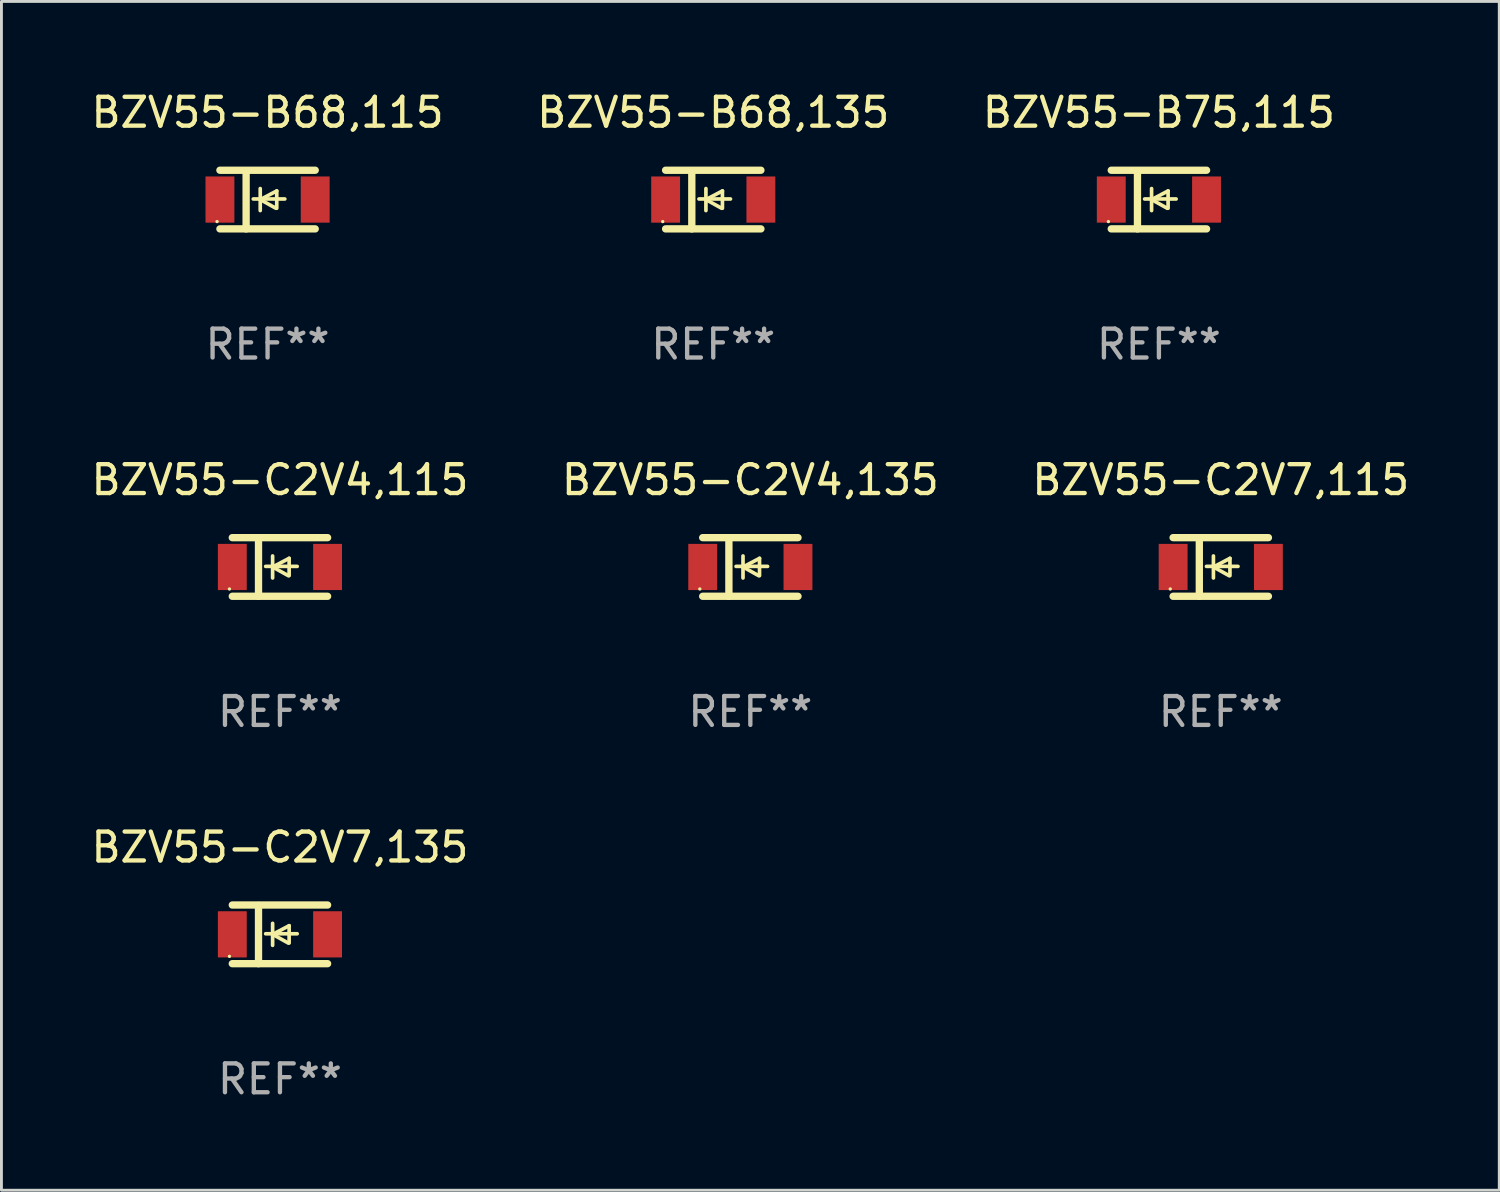
<source format=kicad_pcb>
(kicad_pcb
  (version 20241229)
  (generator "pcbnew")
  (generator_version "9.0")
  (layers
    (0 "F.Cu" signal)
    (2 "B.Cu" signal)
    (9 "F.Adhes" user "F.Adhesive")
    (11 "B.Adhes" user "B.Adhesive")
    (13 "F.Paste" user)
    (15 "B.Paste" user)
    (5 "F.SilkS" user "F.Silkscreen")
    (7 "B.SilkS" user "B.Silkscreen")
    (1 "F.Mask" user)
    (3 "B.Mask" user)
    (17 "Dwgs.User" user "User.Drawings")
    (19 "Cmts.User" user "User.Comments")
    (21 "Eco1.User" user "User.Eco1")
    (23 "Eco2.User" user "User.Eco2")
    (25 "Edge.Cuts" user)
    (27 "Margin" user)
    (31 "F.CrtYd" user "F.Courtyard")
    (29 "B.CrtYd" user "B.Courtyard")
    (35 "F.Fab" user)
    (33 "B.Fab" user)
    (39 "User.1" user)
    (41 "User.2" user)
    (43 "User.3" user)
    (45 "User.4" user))
  (footprint "BZV55-B75,115"
    (layer "F.Cu")
    (at 37.101 3.864)
    (property "Reference" "BZV55-B75,115" (at 0 -3.016 0) (layer "F.SilkS") (effects (font (size 1 1) (thickness 0.15))))
    (attr through_hole)
    (fp_line (start -1.651 -1.016) (end 1.651 -1.016) (stroke (width 0.254) (type solid)) (layer "F.SilkS"))
    (fp_line (start -1.651 1.016) (end 1.651 1.016) (stroke (width 0.254) (type solid)) (layer "F.SilkS"))
    (fp_line (start -0.743 -1) (end -0.743 1.016) (stroke (width 0.254) (type solid)) (layer "F.SilkS"))
    (fp_line (start -0.495 -0.02) (end 0.597 -0.02) (stroke (width 0.127) (type solid)) (layer "F.SilkS"))
    (fp_line (start -0.254 0) (end -0.254 -0.381) (stroke (width 0.127) (type solid)) (layer "F.SilkS"))
    (fp_line (start -0.254 0) (end -0.254 0.381) (stroke (width 0.127) (type solid)) (layer "F.SilkS"))
    (fp_line (start 0.288 0.301) (end -0.254 0) (stroke (width 0.127) (type solid)) (layer "F.SilkS"))
    (fp_line (start 0.318 -0.299) (end -0.254 0) (stroke (width 0.127) (type solid)) (layer "F.SilkS"))
    (fp_line (start 0.318 -0.299) (end 0.318 0.301) (stroke (width 0.127) (type solid)) (layer "F.SilkS"))
    (fp_circle (center -1.75 0.763) (end -1.72 0.763) (stroke (width 0.06) (type solid)) (fill no) (layer "F.SilkS"))
    (fp_text user "REF**" (at 0 5.016 0) (layer "F.Fab") (effects (font (size 1 1) (thickness 0.15))))
    (pad "1" smd rect (at -1.65 0 90) (size 1.6 1) (layers "F.Cu" "F.Mask" "F.Paste"))
    (pad "2" smd rect (at 1.65 0 90) (size 1.6 1) (layers "F.Cu" "F.Mask" "F.Paste")))
  (footprint "BZV55-C2V4,135"
    (layer "F.Cu")
    (at 22.946 16.593)
    (property "Reference" "BZV55-C2V4,135" (at 0 -3.016 0) (layer "F.SilkS") (effects (font (size 1 1) (thickness 0.15))))
    (attr through_hole)
    (fp_line (start -1.651 -1.016) (end 1.651 -1.016) (stroke (width 0.254) (type solid)) (layer "F.SilkS"))
    (fp_line (start -1.651 1.016) (end 1.651 1.016) (stroke (width 0.254) (type solid)) (layer "F.SilkS"))
    (fp_line (start -0.743 -1) (end -0.743 1.016) (stroke (width 0.254) (type solid)) (layer "F.SilkS"))
    (fp_line (start -0.495 -0.02) (end 0.597 -0.02) (stroke (width 0.127) (type solid)) (layer "F.SilkS"))
    (fp_line (start -0.254 0) (end -0.254 -0.381) (stroke (width 0.127) (type solid)) (layer "F.SilkS"))
    (fp_line (start -0.254 0) (end -0.254 0.381) (stroke (width 0.127) (type solid)) (layer "F.SilkS"))
    (fp_line (start 0.288 0.301) (end -0.254 0) (stroke (width 0.127) (type solid)) (layer "F.SilkS"))
    (fp_line (start 0.318 -0.299) (end -0.254 0) (stroke (width 0.127) (type solid)) (layer "F.SilkS"))
    (fp_line (start 0.318 -0.299) (end 0.318 0.301) (stroke (width 0.127) (type solid)) (layer "F.SilkS"))
    (fp_circle (center -1.75 0.763) (end -1.72 0.763) (stroke (width 0.06) (type solid)) (fill no) (layer "F.SilkS"))
    (fp_text user "REF**" (at 0 5.016 0) (layer "F.Fab") (effects (font (size 1 1) (thickness 0.15))))
    (pad "1" smd rect (at -1.65 0 90) (size 1.6 1) (layers "F.Cu" "F.Mask" "F.Paste"))
    (pad "2" smd rect (at 1.65 0 90) (size 1.6 1) (layers "F.Cu" "F.Mask" "F.Paste")))
  (footprint "BZV55-C2V7,115"
    (layer "F.Cu")
    (at 39.244 16.593)
    (property "Reference" "BZV55-C2V7,115" (at 0 -3.016 0) (layer "F.SilkS") (effects (font (size 1 1) (thickness 0.15))))
    (attr through_hole)
    (fp_line (start -1.651 -1.016) (end 1.651 -1.016) (stroke (width 0.254) (type solid)) (layer "F.SilkS"))
    (fp_line (start -1.651 1.016) (end 1.651 1.016) (stroke (width 0.254) (type solid)) (layer "F.SilkS"))
    (fp_line (start -0.743 -1) (end -0.743 1.016) (stroke (width 0.254) (type solid)) (layer "F.SilkS"))
    (fp_line (start -0.495 -0.02) (end 0.597 -0.02) (stroke (width 0.127) (type solid)) (layer "F.SilkS"))
    (fp_line (start -0.254 0) (end -0.254 -0.381) (stroke (width 0.127) (type solid)) (layer "F.SilkS"))
    (fp_line (start -0.254 0) (end -0.254 0.381) (stroke (width 0.127) (type solid)) (layer "F.SilkS"))
    (fp_line (start 0.288 0.301) (end -0.254 0) (stroke (width 0.127) (type solid)) (layer "F.SilkS"))
    (fp_line (start 0.318 -0.299) (end -0.254 0) (stroke (width 0.127) (type solid)) (layer "F.SilkS"))
    (fp_line (start 0.318 -0.299) (end 0.318 0.301) (stroke (width 0.127) (type solid)) (layer "F.SilkS"))
    (fp_circle (center -1.75 0.763) (end -1.72 0.763) (stroke (width 0.06) (type solid)) (fill no) (layer "F.SilkS"))
    (fp_text user "REF**" (at 0 5.016 0) (layer "F.Fab") (effects (font (size 1 1) (thickness 0.15))))
    (pad "1" smd rect (at -1.65 0 90) (size 1.6 1) (layers "F.Cu" "F.Mask" "F.Paste"))
    (pad "2" smd rect (at 1.65 0 90) (size 1.6 1) (layers "F.Cu" "F.Mask" "F.Paste")))
  (footprint "BZV55-C2V4,115"
    (layer "F.Cu")
    (at 6.649 16.593)
    (property "Reference" "BZV55-C2V4,115" (at 0 -3.016 0) (layer "F.SilkS") (effects (font (size 1 1) (thickness 0.15))))
    (attr through_hole)
    (fp_line (start -1.651 -1.016) (end 1.651 -1.016) (stroke (width 0.254) (type solid)) (layer "F.SilkS"))
    (fp_line (start -1.651 1.016) (end 1.651 1.016) (stroke (width 0.254) (type solid)) (layer "F.SilkS"))
    (fp_line (start -0.743 -1) (end -0.743 1.016) (stroke (width 0.254) (type solid)) (layer "F.SilkS"))
    (fp_line (start -0.495 -0.02) (end 0.597 -0.02) (stroke (width 0.127) (type solid)) (layer "F.SilkS"))
    (fp_line (start -0.254 0) (end -0.254 -0.381) (stroke (width 0.127) (type solid)) (layer "F.SilkS"))
    (fp_line (start -0.254 0) (end -0.254 0.381) (stroke (width 0.127) (type solid)) (layer "F.SilkS"))
    (fp_line (start 0.288 0.301) (end -0.254 0) (stroke (width 0.127) (type solid)) (layer "F.SilkS"))
    (fp_line (start 0.318 -0.299) (end -0.254 0) (stroke (width 0.127) (type solid)) (layer "F.SilkS"))
    (fp_line (start 0.318 -0.299) (end 0.318 0.301) (stroke (width 0.127) (type solid)) (layer "F.SilkS"))
    (fp_circle (center -1.75 0.763) (end -1.72 0.763) (stroke (width 0.06) (type solid)) (fill no) (layer "F.SilkS"))
    (fp_text user "REF**" (at 0 5.016 0) (layer "F.Fab") (effects (font (size 1 1) (thickness 0.15))))
    (pad "1" smd rect (at -1.65 0 90) (size 1.6 1) (layers "F.Cu" "F.Mask" "F.Paste"))
    (pad "2" smd rect (at 1.65 0 90) (size 1.6 1) (layers "F.Cu" "F.Mask" "F.Paste")))
  (footprint "BZV55-B68,115"
    (layer "F.Cu")
    (at 6.22 3.864)
    (property "Reference" "BZV55-B68,115" (at 0 -3.016 0) (layer "F.SilkS") (effects (font (size 1 1) (thickness 0.15))))
    (attr through_hole)
    (fp_line (start -1.651 -1.016) (end 1.651 -1.016) (stroke (width 0.254) (type solid)) (layer "F.SilkS"))
    (fp_line (start -1.651 1.016) (end 1.651 1.016) (stroke (width 0.254) (type solid)) (layer "F.SilkS"))
    (fp_line (start -0.743 -1) (end -0.743 1.016) (stroke (width 0.254) (type solid)) (layer "F.SilkS"))
    (fp_line (start -0.495 -0.02) (end 0.597 -0.02) (stroke (width 0.127) (type solid)) (layer "F.SilkS"))
    (fp_line (start -0.254 0) (end -0.254 -0.381) (stroke (width 0.127) (type solid)) (layer "F.SilkS"))
    (fp_line (start -0.254 0) (end -0.254 0.381) (stroke (width 0.127) (type solid)) (layer "F.SilkS"))
    (fp_line (start 0.288 0.301) (end -0.254 0) (stroke (width 0.127) (type solid)) (layer "F.SilkS"))
    (fp_line (start 0.318 -0.299) (end -0.254 0) (stroke (width 0.127) (type solid)) (layer "F.SilkS"))
    (fp_line (start 0.318 -0.299) (end 0.318 0.301) (stroke (width 0.127) (type solid)) (layer "F.SilkS"))
    (fp_circle (center -1.75 0.763) (end -1.72 0.763) (stroke (width 0.06) (type solid)) (fill no) (layer "F.SilkS"))
    (fp_text user "REF**" (at 0 5.016 0) (layer "F.Fab") (effects (font (size 1 1) (thickness 0.15))))
    (pad "1" smd rect (at -1.65 0 90) (size 1.6 1) (layers "F.Cu" "F.Mask" "F.Paste"))
    (pad "2" smd rect (at 1.65 0 90) (size 1.6 1) (layers "F.Cu" "F.Mask" "F.Paste")))
  (footprint "BZV55-B68,135"
    (layer "F.Cu")
    (at 21.661 3.864)
    (property "Reference" "BZV55-B68,135" (at 0 -3.016 0) (layer "F.SilkS") (effects (font (size 1 1) (thickness 0.15))))
    (attr through_hole)
    (fp_line (start -1.651 -1.016) (end 1.651 -1.016) (stroke (width 0.254) (type solid)) (layer "F.SilkS"))
    (fp_line (start -1.651 1.016) (end 1.651 1.016) (stroke (width 0.254) (type solid)) (layer "F.SilkS"))
    (fp_line (start -0.743 -1) (end -0.743 1.016) (stroke (width 0.254) (type solid)) (layer "F.SilkS"))
    (fp_line (start -0.495 -0.02) (end 0.597 -0.02) (stroke (width 0.127) (type solid)) (layer "F.SilkS"))
    (fp_line (start -0.254 0) (end -0.254 -0.381) (stroke (width 0.127) (type solid)) (layer "F.SilkS"))
    (fp_line (start -0.254 0) (end -0.254 0.381) (stroke (width 0.127) (type solid)) (layer "F.SilkS"))
    (fp_line (start 0.288 0.301) (end -0.254 0) (stroke (width 0.127) (type solid)) (layer "F.SilkS"))
    (fp_line (start 0.318 -0.299) (end -0.254 0) (stroke (width 0.127) (type solid)) (layer "F.SilkS"))
    (fp_line (start 0.318 -0.299) (end 0.318 0.301) (stroke (width 0.127) (type solid)) (layer "F.SilkS"))
    (fp_circle (center -1.75 0.763) (end -1.72 0.763) (stroke (width 0.06) (type solid)) (fill no) (layer "F.SilkS"))
    (fp_text user "REF**" (at 0 5.016 0) (layer "F.Fab") (effects (font (size 1 1) (thickness 0.15))))
    (pad "1" smd rect (at -1.65 0 90) (size 1.6 1) (layers "F.Cu" "F.Mask" "F.Paste"))
    (pad "2" smd rect (at 1.65 0 90) (size 1.6 1) (layers "F.Cu" "F.Mask" "F.Paste")))
  (footprint "BZV55-C2V7,135"
    (layer "F.Cu")
    (at 6.649 29.321)
    (property "Reference" "BZV55-C2V7,135" (at 0 -3.016 0) (layer "F.SilkS") (effects (font (size 1 1) (thickness 0.15))))
    (attr through_hole)
    (fp_line (start -1.651 -1.016) (end 1.651 -1.016) (stroke (width 0.254) (type solid)) (layer "F.SilkS"))
    (fp_line (start -1.651 1.016) (end 1.651 1.016) (stroke (width 0.254) (type solid)) (layer "F.SilkS"))
    (fp_line (start -0.743 -1) (end -0.743 1.016) (stroke (width 0.254) (type solid)) (layer "F.SilkS"))
    (fp_line (start -0.495 -0.02) (end 0.597 -0.02) (stroke (width 0.127) (type solid)) (layer "F.SilkS"))
    (fp_line (start -0.254 0) (end -0.254 -0.381) (stroke (width 0.127) (type solid)) (layer "F.SilkS"))
    (fp_line (start -0.254 0) (end -0.254 0.381) (stroke (width 0.127) (type solid)) (layer "F.SilkS"))
    (fp_line (start 0.288 0.301) (end -0.254 0) (stroke (width 0.127) (type solid)) (layer "F.SilkS"))
    (fp_line (start 0.318 -0.299) (end -0.254 0) (stroke (width 0.127) (type solid)) (layer "F.SilkS"))
    (fp_line (start 0.318 -0.299) (end 0.318 0.301) (stroke (width 0.127) (type solid)) (layer "F.SilkS"))
    (fp_circle (center -1.75 0.763) (end -1.72 0.763) (stroke (width 0.06) (type solid)) (fill no) (layer "F.SilkS"))
    (fp_text user "REF**" (at 0 5.016 0) (layer "F.Fab") (effects (font (size 1 1) (thickness 0.15))))
    (pad "1" smd rect (at -1.65 0 90) (size 1.6 1) (layers "F.Cu" "F.Mask" "F.Paste"))
    (pad "2" smd rect (at 1.65 0 90) (size 1.6 1) (layers "F.Cu" "F.Mask" "F.Paste")))
  (gr_rect
    (start -3 -3)
    (end 48.893 38.186)
    (stroke (width 0.1) (type default))
    (fill no)
    (layer "Edge.Cuts")))
</source>
